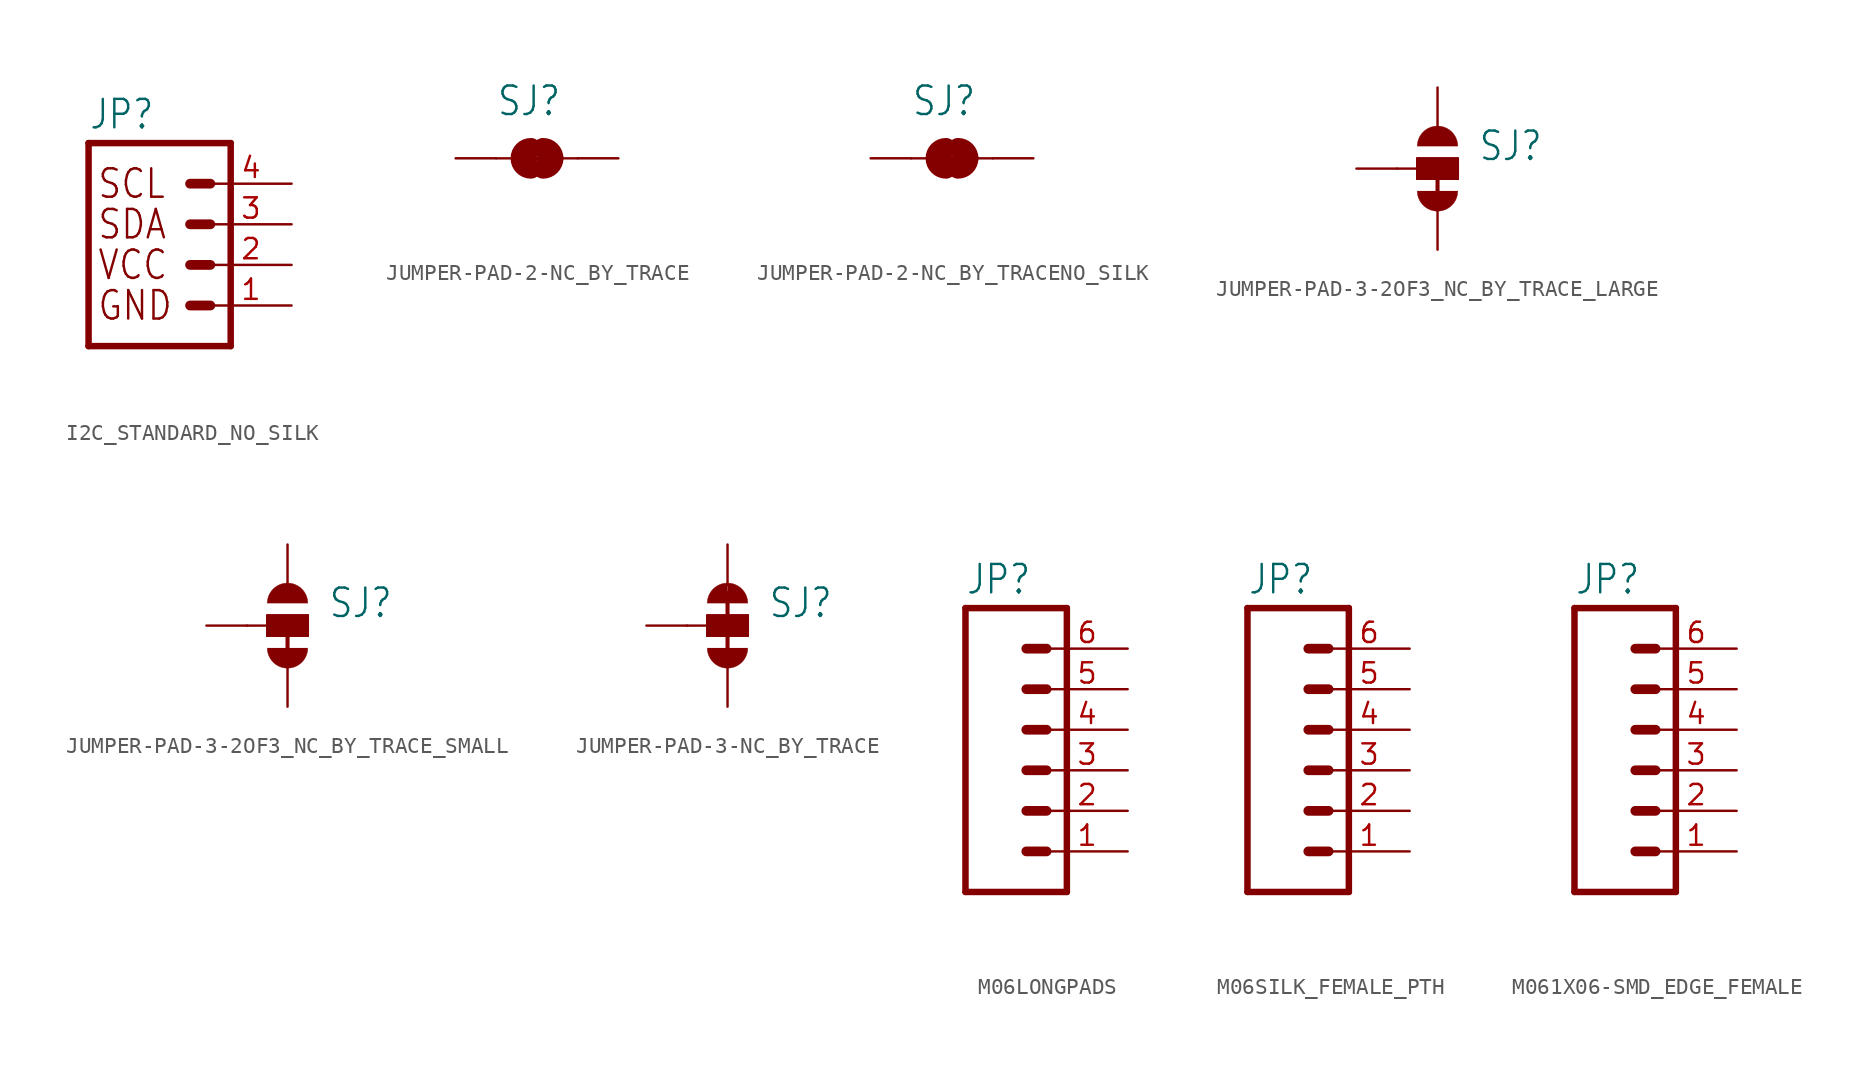
<source format=kicad_sym>
(kicad_symbol_lib
  (version 20231120)
  (generator "kicad_symbol_editor")
  (generator_version "8.0")
  (symbol "I2C_STANDARD_NO_SILK"
    (property "Reference" "JP"
      (at -2.54 13.462 0)
      (effects (font (size 1.778 1.511)) (justify left bottom)))
    (property "Value" ""
      (at -2.54 -2.54 0)
      (effects (font (size 1.778 1.511)) (justify left bottom)))
    (property "ki_locked" ""
      (at 0 0 0)
      (effects (font (size 1.27 1.27))))
    (symbol "I2C_STANDARD_NO_SILK_1_0"
      (polyline (pts (xy -2.54 12.7) (xy -2.54 0)) (stroke (width 0.406) (type solid)) (fill (type none)))
      (polyline (pts (xy -2.54 12.7) (xy 6.35 12.7)) (stroke (width 0.406) (type solid)) (fill (type none)))
      (polyline (pts (xy 3.81 2.54) (xy 5.08 2.54)) (stroke (width 0.61) (type solid)) (fill (type none)))
      (polyline (pts (xy 3.81 5.08) (xy 5.08 5.08)) (stroke (width 0.61) (type solid)) (fill (type none)))
      (polyline (pts (xy 3.81 7.62) (xy 5.08 7.62)) (stroke (width 0.61) (type solid)) (fill (type none)))
      (polyline (pts (xy 3.81 10.16) (xy 5.08 10.16)) (stroke (width 0.61) (type solid)) (fill (type none)))
      (polyline (pts (xy 6.35 0) (xy -2.54 0)) (stroke (width 0.406) (type solid)) (fill (type none)))
      (polyline (pts (xy 6.35 0) (xy 6.35 12.7)) (stroke (width 0.406) (type solid)) (fill (type none)))
      (text "GND" (at -2.032 2.54 0) (effects (font (size 1.778 1.511)) (justify left)))
      (text "SCL" (at -2.032 10.16 0) (effects (font (size 1.778 1.511)) (justify left)))
      (text "SDA" (at -2.032 7.62 0) (effects (font (size 1.778 1.511)) (justify left)))
      (text "VCC" (at -2.032 5.08 0) (effects (font (size 1.778 1.511)) (justify left)))
      (pin passive line (at 10.16 2.54 180) (length 5.08) (name "1" (effects (font (size 0 0)))) (number "1" (effects (font (size 1.27 1.27)))))
      (pin passive line (at 10.16 5.08 180) (length 5.08) (name "2" (effects (font (size 0 0)))) (number "2" (effects (font (size 1.27 1.27)))))
      (pin passive line (at 10.16 7.62 180) (length 5.08) (name "3" (effects (font (size 0 0)))) (number "3" (effects (font (size 1.27 1.27)))))
      (pin passive line (at 10.16 10.16 180) (length 5.08) (name "4" (effects (font (size 0 0)))) (number "4" (effects (font (size 1.27 1.27)))))))
  (symbol "JUMPER-PAD-2-NC_BY_TRACE"
    (property "Reference" "SJ"
      (at -2.54 2.54 0)
      (effects (font (size 1.778 1.511)) (justify left bottom)))
    (property "Value" ""
      (at -2.54 -5.08 0)
      (effects (font (size 1.778 1.511)) (justify left bottom)))
    (property "ki_locked" ""
      (at 0 0 0)
      (effects (font (size 1.27 1.27))))
    (symbol "JUMPER-PAD-2-NC_BY_TRACE_1_0"
      (arc (start -0.3808 0.635) (mid -1.0159 0.0001) (end -0.381 -0.635) (stroke (width 1.27) (type solid)) (fill (type none)))
      (polyline (pts (xy -2.54 0) (xy -1.651 0)) (stroke (width 0.152) (type solid)) (fill (type none)))
      (polyline (pts (xy -0.762 0) (xy 1.016 0)) (stroke (width 0.254) (type solid)) (fill (type none)))
      (polyline (pts (xy 2.54 0) (xy 1.651 0)) (stroke (width 0.152) (type solid)) (fill (type none)))
      (arc (start 0.3809 -0.6351) (mid 0.83 -0.4491) (end 1.016 0) (stroke (width 1.27) (type solid)) (fill (type none)))
      (arc (start 1.0159 -0.0001) (mid 0.83 0.4489) (end 0.381 0.635) (stroke (width 1.27) (type solid)) (fill (type none)))
      (pin passive line (at -5.08 0 0) (length 2.54) (name "1" (effects (font (size 0 0)))) (number "1" (effects (font (size 0 0)))))
      (pin passive line (at 5.08 0 180) (length 2.54) (name "2" (effects (font (size 0 0)))) (number "2" (effects (font (size 0 0)))))))
  (symbol "JUMPER-PAD-2-NC_BY_TRACENO_SILK"
    (property "Reference" "SJ"
      (at -2.54 2.54 0)
      (effects (font (size 1.778 1.511)) (justify left bottom)))
    (property "Value" ""
      (at -2.54 -5.08 0)
      (effects (font (size 1.778 1.511)) (justify left bottom)))
    (property "ki_locked" ""
      (at 0 0 0)
      (effects (font (size 1.27 1.27))))
    (symbol "JUMPER-PAD-2-NC_BY_TRACENO_SILK_1_0"
      (arc (start -0.3808 0.635) (mid -1.0159 0.0001) (end -0.381 -0.635) (stroke (width 1.27) (type solid)) (fill (type none)))
      (polyline (pts (xy -2.54 0) (xy -1.651 0)) (stroke (width 0.152) (type solid)) (fill (type none)))
      (polyline (pts (xy -0.762 0) (xy 1.016 0)) (stroke (width 0.254) (type solid)) (fill (type none)))
      (polyline (pts (xy 2.54 0) (xy 1.651 0)) (stroke (width 0.152) (type solid)) (fill (type none)))
      (arc (start 0.3809 -0.6351) (mid 0.83 -0.4491) (end 1.016 0) (stroke (width 1.27) (type solid)) (fill (type none)))
      (arc (start 1.0159 -0.0001) (mid 0.83 0.4489) (end 0.381 0.635) (stroke (width 1.27) (type solid)) (fill (type none)))
      (pin passive line (at -5.08 0 0) (length 2.54) (name "1" (effects (font (size 0 0)))) (number "1" (effects (font (size 0 0)))))
      (pin passive line (at 5.08 0 180) (length 2.54) (name "2" (effects (font (size 0 0)))) (number "2" (effects (font (size 0 0)))))))
  (symbol "JUMPER-PAD-3-2OF3_NC_BY_TRACE_LARGE"
    (property "Reference" "SJ"
      (at 2.54 0.381 0)
      (effects (font (size 1.778 1.511)) (justify left bottom)))
    (property "Value" ""
      (at 2.54 -1.905 0)
      (effects (font (size 1.778 1.511)) (justify left bottom)))
    (property "ki_locked" ""
      (at 0 0 0)
      (effects (font (size 1.27 1.27))))
    (symbol "JUMPER-PAD-3-2OF3_NC_BY_TRACE_LARGE_1_0"
      (arc (start -1.27 -1.397) (mid 0 -2.667) (end 1.27 -1.397) (stroke (width 0.0001) (type solid)) (fill (type outline)))
      (rectangle (start -1.27 -0.635) (end 1.27 0.635) (stroke (width 0) (type default)) (fill (type outline)))
      (polyline (pts (xy -2.54 0) (xy -1.27 0)) (stroke (width 0.152) (type solid)) (fill (type none)))
      (polyline (pts (xy -1.27 -0.635) (xy -1.27 0)) (stroke (width 0.152) (type solid)) (fill (type none)))
      (polyline (pts (xy -1.27 0) (xy -1.27 0.635)) (stroke (width 0.152) (type solid)) (fill (type none)))
      (polyline (pts (xy -1.27 0.635) (xy 1.27 0.635)) (stroke (width 0.152) (type solid)) (fill (type none)))
      (polyline (pts (xy 0 0) (xy 0 -2.54)) (stroke (width 0.254) (type solid)) (fill (type none)))
      (polyline (pts (xy 1.27 -0.635) (xy -1.27 -0.635)) (stroke (width 0.152) (type solid)) (fill (type none)))
      (polyline (pts (xy 1.27 0.635) (xy 1.27 -0.635)) (stroke (width 0.152) (type solid)) (fill (type none)))
      (arc (start 1.27 1.397) (mid 0 2.667) (end -1.27 1.397) (stroke (width 0.0001) (type solid)) (fill (type outline)))
      (pin passive line (at 0 5.08 270) (length 2.54) (name "1" (effects (font (size 0 0)))) (number "1" (effects (font (size 0 0)))))
      (pin passive line (at -5.08 0 0) (length 2.54) (name "2" (effects (font (size 0 0)))) (number "2" (effects (font (size 0 0)))))
      (pin passive line (at 0 -5.08 90) (length 2.54) (name "3" (effects (font (size 0 0)))) (number "3" (effects (font (size 0 0)))))))
  (symbol "JUMPER-PAD-3-2OF3_NC_BY_TRACE_SMALL"
    (property "Reference" "SJ"
      (at 2.54 0.381 0)
      (effects (font (size 1.778 1.511)) (justify left bottom)))
    (property "Value" ""
      (at 2.54 -1.905 0)
      (effects (font (size 1.778 1.511)) (justify left bottom)))
    (property "ki_locked" ""
      (at 0 0 0)
      (effects (font (size 1.27 1.27))))
    (symbol "JUMPER-PAD-3-2OF3_NC_BY_TRACE_SMALL_1_0"
      (arc (start -1.27 -1.397) (mid 0 -2.667) (end 1.27 -1.397) (stroke (width 0.0001) (type solid)) (fill (type outline)))
      (rectangle (start -1.27 -0.635) (end 1.27 0.635) (stroke (width 0) (type default)) (fill (type outline)))
      (polyline (pts (xy -2.54 0) (xy -1.27 0)) (stroke (width 0.152) (type solid)) (fill (type none)))
      (polyline (pts (xy -1.27 -0.635) (xy -1.27 0)) (stroke (width 0.152) (type solid)) (fill (type none)))
      (polyline (pts (xy -1.27 0) (xy -1.27 0.635)) (stroke (width 0.152) (type solid)) (fill (type none)))
      (polyline (pts (xy -1.27 0.635) (xy 1.27 0.635)) (stroke (width 0.152) (type solid)) (fill (type none)))
      (polyline (pts (xy 0 0) (xy 0 -2.54)) (stroke (width 0.254) (type solid)) (fill (type none)))
      (polyline (pts (xy 1.27 -0.635) (xy -1.27 -0.635)) (stroke (width 0.152) (type solid)) (fill (type none)))
      (polyline (pts (xy 1.27 0.635) (xy 1.27 -0.635)) (stroke (width 0.152) (type solid)) (fill (type none)))
      (arc (start 1.27 1.397) (mid 0 2.667) (end -1.27 1.397) (stroke (width 0.0001) (type solid)) (fill (type outline)))
      (pin passive line (at 0 5.08 270) (length 2.54) (name "1" (effects (font (size 0 0)))) (number "1" (effects (font (size 0 0)))))
      (pin passive line (at -5.08 0 0) (length 2.54) (name "2" (effects (font (size 0 0)))) (number "2" (effects (font (size 0 0)))))
      (pin passive line (at 0 -5.08 90) (length 2.54) (name "3" (effects (font (size 0 0)))) (number "3" (effects (font (size 0 0)))))))
  (symbol "JUMPER-PAD-3-NC_BY_TRACE"
    (property "Reference" "SJ"
      (at 2.54 0.381 0)
      (effects (font (size 1.778 1.511)) (justify left bottom)))
    (property "Value" ""
      (at 2.54 -1.905 0)
      (effects (font (size 1.778 1.511)) (justify left bottom)))
    (property "ki_locked" ""
      (at 0 0 0)
      (effects (font (size 1.27 1.27))))
    (symbol "JUMPER-PAD-3-NC_BY_TRACE_1_0"
      (arc (start -1.27 -1.397) (mid 0 -2.667) (end 1.27 -1.397) (stroke (width 0.0001) (type solid)) (fill (type outline)))
      (rectangle (start -1.27 -0.635) (end 1.27 0.635) (stroke (width 0) (type default)) (fill (type outline)))
      (polyline (pts (xy -2.54 0) (xy -1.27 0)) (stroke (width 0.152) (type solid)) (fill (type none)))
      (polyline (pts (xy -1.27 -0.635) (xy -1.27 0)) (stroke (width 0.152) (type solid)) (fill (type none)))
      (polyline (pts (xy -1.27 0) (xy -1.27 0.635)) (stroke (width 0.152) (type solid)) (fill (type none)))
      (polyline (pts (xy -1.27 0.635) (xy 1.27 0.635)) (stroke (width 0.152) (type solid)) (fill (type none)))
      (polyline (pts (xy 0 2.032) (xy 0 -1.778)) (stroke (width 0.254) (type solid)) (fill (type none)))
      (polyline (pts (xy 1.27 -0.635) (xy -1.27 -0.635)) (stroke (width 0.152) (type solid)) (fill (type none)))
      (polyline (pts (xy 1.27 0.635) (xy 1.27 -0.635)) (stroke (width 0.152) (type solid)) (fill (type none)))
      (arc (start 0 2.667) (mid -0.898 2.295) (end -1.27 1.397) (stroke (width 0.0001) (type solid)) (fill (type outline)))
      (arc (start 1.27 1.397) (mid 0.898 2.295) (end 0 2.667) (stroke (width 0.0001) (type solid)) (fill (type outline)))
      (pin passive line (at 0 5.08 270) (length 2.54) (name "1" (effects (font (size 0 0)))) (number "1" (effects (font (size 0 0)))))
      (pin passive line (at -5.08 0 0) (length 2.54) (name "2" (effects (font (size 0 0)))) (number "2" (effects (font (size 0 0)))))
      (pin passive line (at 0 -5.08 90) (length 2.54) (name "3" (effects (font (size 0 0)))) (number "3" (effects (font (size 0 0)))))))
  (symbol "M06LONGPADS"
    (property "Reference" "JP"
      (at -5.08 10.922 0)
      (effects (font (size 1.778 1.511)) (justify left bottom)))
    (property "Value" ""
      (at -5.08 -10.16 0)
      (effects (font (size 1.778 1.511)) (justify left bottom)))
    (property "ki_locked" ""
      (at 0 0 0)
      (effects (font (size 1.27 1.27))))
    (symbol "M06LONGPADS_1_0"
      (polyline (pts (xy -5.08 10.16) (xy -5.08 -7.62)) (stroke (width 0.406) (type solid)) (fill (type none)))
      (polyline (pts (xy -5.08 10.16) (xy 1.27 10.16)) (stroke (width 0.406) (type solid)) (fill (type none)))
      (polyline (pts (xy -1.27 -5.08) (xy 0 -5.08)) (stroke (width 0.61) (type solid)) (fill (type none)))
      (polyline (pts (xy -1.27 -2.54) (xy 0 -2.54)) (stroke (width 0.61) (type solid)) (fill (type none)))
      (polyline (pts (xy -1.27 0) (xy 0 0)) (stroke (width 0.61) (type solid)) (fill (type none)))
      (polyline (pts (xy -1.27 2.54) (xy 0 2.54)) (stroke (width 0.61) (type solid)) (fill (type none)))
      (polyline (pts (xy -1.27 5.08) (xy 0 5.08)) (stroke (width 0.61) (type solid)) (fill (type none)))
      (polyline (pts (xy -1.27 7.62) (xy 0 7.62)) (stroke (width 0.61) (type solid)) (fill (type none)))
      (polyline (pts (xy 1.27 -7.62) (xy -5.08 -7.62)) (stroke (width 0.406) (type solid)) (fill (type none)))
      (polyline (pts (xy 1.27 -7.62) (xy 1.27 10.16)) (stroke (width 0.406) (type solid)) (fill (type none)))
      (pin passive line (at 5.08 -5.08 180) (length 5.08) (name "1" (effects (font (size 0 0)))) (number "1" (effects (font (size 1.27 1.27)))))
      (pin passive line (at 5.08 -2.54 180) (length 5.08) (name "2" (effects (font (size 0 0)))) (number "2" (effects (font (size 1.27 1.27)))))
      (pin passive line (at 5.08 0 180) (length 5.08) (name "3" (effects (font (size 0 0)))) (number "3" (effects (font (size 1.27 1.27)))))
      (pin passive line (at 5.08 2.54 180) (length 5.08) (name "4" (effects (font (size 0 0)))) (number "4" (effects (font (size 1.27 1.27)))))
      (pin passive line (at 5.08 5.08 180) (length 5.08) (name "5" (effects (font (size 0 0)))) (number "5" (effects (font (size 1.27 1.27)))))
      (pin passive line (at 5.08 7.62 180) (length 5.08) (name "6" (effects (font (size 0 0)))) (number "6" (effects (font (size 1.27 1.27)))))))
  (symbol "M06SILK_FEMALE_PTH"
    (property "Reference" "JP"
      (at -5.08 10.922 0)
      (effects (font (size 1.778 1.511)) (justify left bottom)))
    (property "Value" ""
      (at -5.08 -10.16 0)
      (effects (font (size 1.778 1.511)) (justify left bottom)))
    (property "ki_locked" ""
      (at 0 0 0)
      (effects (font (size 1.27 1.27))))
    (symbol "M06SILK_FEMALE_PTH_1_0"
      (polyline (pts (xy -5.08 10.16) (xy -5.08 -7.62)) (stroke (width 0.406) (type solid)) (fill (type none)))
      (polyline (pts (xy -5.08 10.16) (xy 1.27 10.16)) (stroke (width 0.406) (type solid)) (fill (type none)))
      (polyline (pts (xy -1.27 -5.08) (xy 0 -5.08)) (stroke (width 0.61) (type solid)) (fill (type none)))
      (polyline (pts (xy -1.27 -2.54) (xy 0 -2.54)) (stroke (width 0.61) (type solid)) (fill (type none)))
      (polyline (pts (xy -1.27 0) (xy 0 0)) (stroke (width 0.61) (type solid)) (fill (type none)))
      (polyline (pts (xy -1.27 2.54) (xy 0 2.54)) (stroke (width 0.61) (type solid)) (fill (type none)))
      (polyline (pts (xy -1.27 5.08) (xy 0 5.08)) (stroke (width 0.61) (type solid)) (fill (type none)))
      (polyline (pts (xy -1.27 7.62) (xy 0 7.62)) (stroke (width 0.61) (type solid)) (fill (type none)))
      (polyline (pts (xy 1.27 -7.62) (xy -5.08 -7.62)) (stroke (width 0.406) (type solid)) (fill (type none)))
      (polyline (pts (xy 1.27 -7.62) (xy 1.27 10.16)) (stroke (width 0.406) (type solid)) (fill (type none)))
      (pin passive line (at 5.08 -5.08 180) (length 5.08) (name "1" (effects (font (size 0 0)))) (number "1" (effects (font (size 1.27 1.27)))))
      (pin passive line (at 5.08 -2.54 180) (length 5.08) (name "2" (effects (font (size 0 0)))) (number "2" (effects (font (size 1.27 1.27)))))
      (pin passive line (at 5.08 0 180) (length 5.08) (name "3" (effects (font (size 0 0)))) (number "3" (effects (font (size 1.27 1.27)))))
      (pin passive line (at 5.08 2.54 180) (length 5.08) (name "4" (effects (font (size 0 0)))) (number "4" (effects (font (size 1.27 1.27)))))
      (pin passive line (at 5.08 5.08 180) (length 5.08) (name "5" (effects (font (size 0 0)))) (number "5" (effects (font (size 1.27 1.27)))))
      (pin passive line (at 5.08 7.62 180) (length 5.08) (name "6" (effects (font (size 0 0)))) (number "6" (effects (font (size 1.27 1.27)))))))
  (symbol "M061X06-SMD_EDGE_FEMALE"
    (property "Reference" "JP"
      (at -5.08 10.922 0)
      (effects (font (size 1.778 1.511)) (justify left bottom)))
    (property "Value" ""
      (at -5.08 -10.16 0)
      (effects (font (size 1.778 1.511)) (justify left bottom)))
    (property "ki_locked" ""
      (at 0 0 0)
      (effects (font (size 1.27 1.27))))
    (symbol "M061X06-SMD_EDGE_FEMALE_1_0"
      (polyline (pts (xy -5.08 10.16) (xy -5.08 -7.62)) (stroke (width 0.406) (type solid)) (fill (type none)))
      (polyline (pts (xy -5.08 10.16) (xy 1.27 10.16)) (stroke (width 0.406) (type solid)) (fill (type none)))
      (polyline (pts (xy -1.27 -5.08) (xy 0 -5.08)) (stroke (width 0.61) (type solid)) (fill (type none)))
      (polyline (pts (xy -1.27 -2.54) (xy 0 -2.54)) (stroke (width 0.61) (type solid)) (fill (type none)))
      (polyline (pts (xy -1.27 0) (xy 0 0)) (stroke (width 0.61) (type solid)) (fill (type none)))
      (polyline (pts (xy -1.27 2.54) (xy 0 2.54)) (stroke (width 0.61) (type solid)) (fill (type none)))
      (polyline (pts (xy -1.27 5.08) (xy 0 5.08)) (stroke (width 0.61) (type solid)) (fill (type none)))
      (polyline (pts (xy -1.27 7.62) (xy 0 7.62)) (stroke (width 0.61) (type solid)) (fill (type none)))
      (polyline (pts (xy 1.27 -7.62) (xy -5.08 -7.62)) (stroke (width 0.406) (type solid)) (fill (type none)))
      (polyline (pts (xy 1.27 -7.62) (xy 1.27 10.16)) (stroke (width 0.406) (type solid)) (fill (type none)))
      (pin passive line (at 5.08 -5.08 180) (length 5.08) (name "1" (effects (font (size 0 0)))) (number "1" (effects (font (size 1.27 1.27)))))
      (pin passive line (at 5.08 -2.54 180) (length 5.08) (name "2" (effects (font (size 0 0)))) (number "2" (effects (font (size 1.27 1.27)))))
      (pin passive line (at 5.08 0 180) (length 5.08) (name "3" (effects (font (size 0 0)))) (number "3" (effects (font (size 1.27 1.27)))))
      (pin passive line (at 5.08 2.54 180) (length 5.08) (name "4" (effects (font (size 0 0)))) (number "4" (effects (font (size 1.27 1.27)))))
      (pin passive line (at 5.08 5.08 180) (length 5.08) (name "5" (effects (font (size 0 0)))) (number "5" (effects (font (size 1.27 1.27)))))
      (pin passive line (at 5.08 7.62 180) (length 5.08) (name "6" (effects (font (size 0 0)))) (number "6" (effects (font (size 1.27 1.27))))))))
</source>
